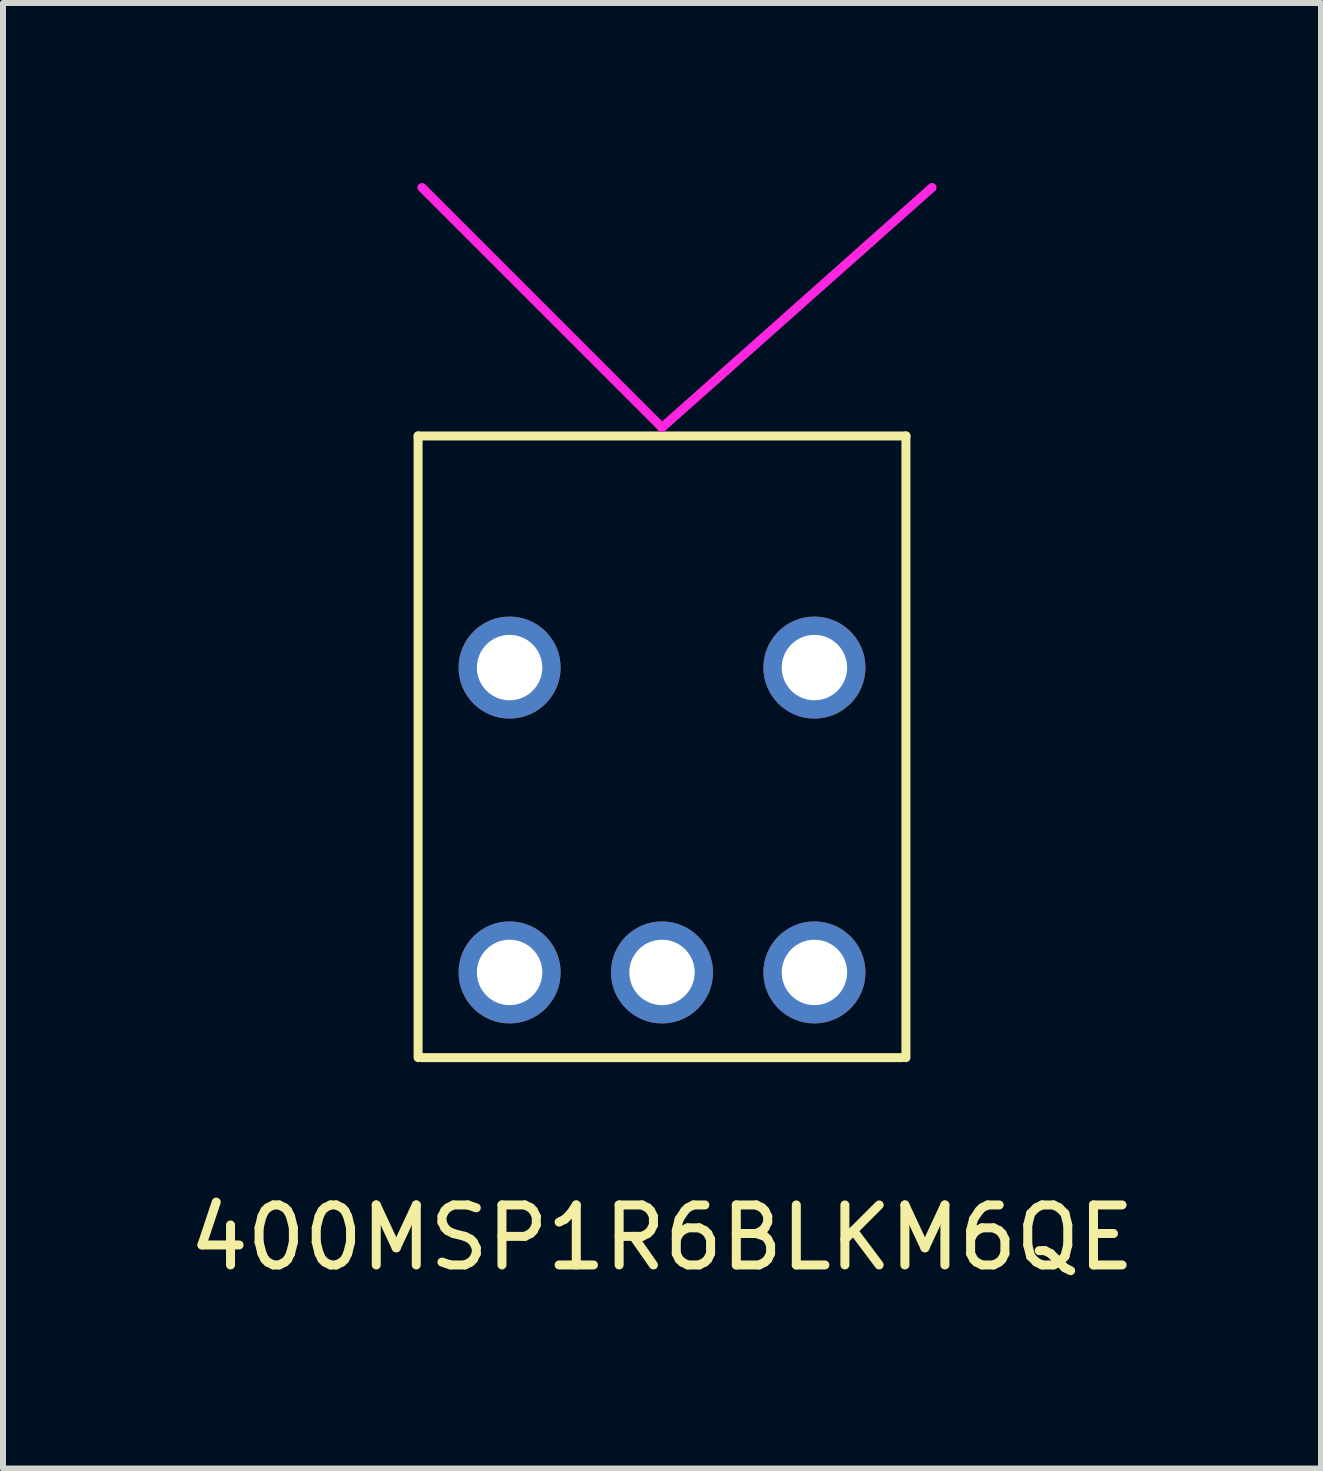
<source format=kicad_pcb>
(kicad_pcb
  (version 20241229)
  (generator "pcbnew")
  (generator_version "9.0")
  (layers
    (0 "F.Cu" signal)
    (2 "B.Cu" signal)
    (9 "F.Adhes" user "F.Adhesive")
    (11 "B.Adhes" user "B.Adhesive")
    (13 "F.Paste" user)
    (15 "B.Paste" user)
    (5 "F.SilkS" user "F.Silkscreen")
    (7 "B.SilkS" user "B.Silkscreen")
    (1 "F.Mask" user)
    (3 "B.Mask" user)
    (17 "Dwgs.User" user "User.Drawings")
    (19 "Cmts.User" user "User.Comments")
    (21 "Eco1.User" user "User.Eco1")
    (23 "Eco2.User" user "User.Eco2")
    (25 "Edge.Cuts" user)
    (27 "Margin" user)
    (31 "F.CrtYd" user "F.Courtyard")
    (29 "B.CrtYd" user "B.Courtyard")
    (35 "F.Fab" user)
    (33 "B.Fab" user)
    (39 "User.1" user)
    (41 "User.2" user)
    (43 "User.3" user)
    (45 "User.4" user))
  (footprint "400MSP1R6BLKM6QE"
    (layer "F.Cu")
    (at 7.982 8.075)
    (property "Reference" "400MSP1R6BLKM6QE" (at 0 9.5 0) (layer "F.SilkS") (effects (font (size 1 1) (thickness 0.15))))
    (attr through_hole)
    (fp_line (start -4.065 -3.86) (end -4.065 6.5) (stroke (width 0.15) (type solid)) (layer "F.SilkS"))
    (fp_line (start -4.065 -3.86) (end 4.065 -3.86) (stroke (width 0.15) (type solid)) (layer "F.SilkS"))
    (fp_line (start -4 6.5) (end 4 6.5) (stroke (width 0.15) (type solid)) (layer "F.SilkS"))
    (fp_line (start 4.065 6.5) (end 4.065 -3.86) (stroke (width 0.15) (type solid)) (layer "F.SilkS"))
    (fp_line (start 0 -4) (end -4 -8) (stroke (width 0.15) (type solid)) (layer "F.CrtYd"))
    (fp_line (start 0 -4) (end 4.5 -8) (stroke (width 0.15) (type solid)) (layer "F.CrtYd"))
    (pad "" thru_hole circle (at -2.54 0) (size 1.7 1.7) (drill 1.09) (layers "*.Cu" "*.Mask"))
    (pad "" thru_hole circle (at 2.54 0) (size 1.7 1.7) (drill 1.09) (layers "*.Cu" "*.Mask"))
    (pad "1" thru_hole circle (at -2.54 5.08) (size 1.7 1.7) (drill 1.09) (layers "*.Cu" "*.Mask"))
    (pad "2" thru_hole circle (at 0 5.08) (size 1.7 1.7) (drill 1.09) (layers "*.Cu" "*.Mask"))
    (pad "3" thru_hole circle (at 2.54 5.08) (size 1.7 1.7) (drill 1.09) (layers "*.Cu" "*.Mask")))
  (gr_rect
    (start -3 -3)
    (end 18.964 21.423)
    (stroke (width 0.1) (type default))
    (fill no)
    (layer "Edge.Cuts")))
</source>
